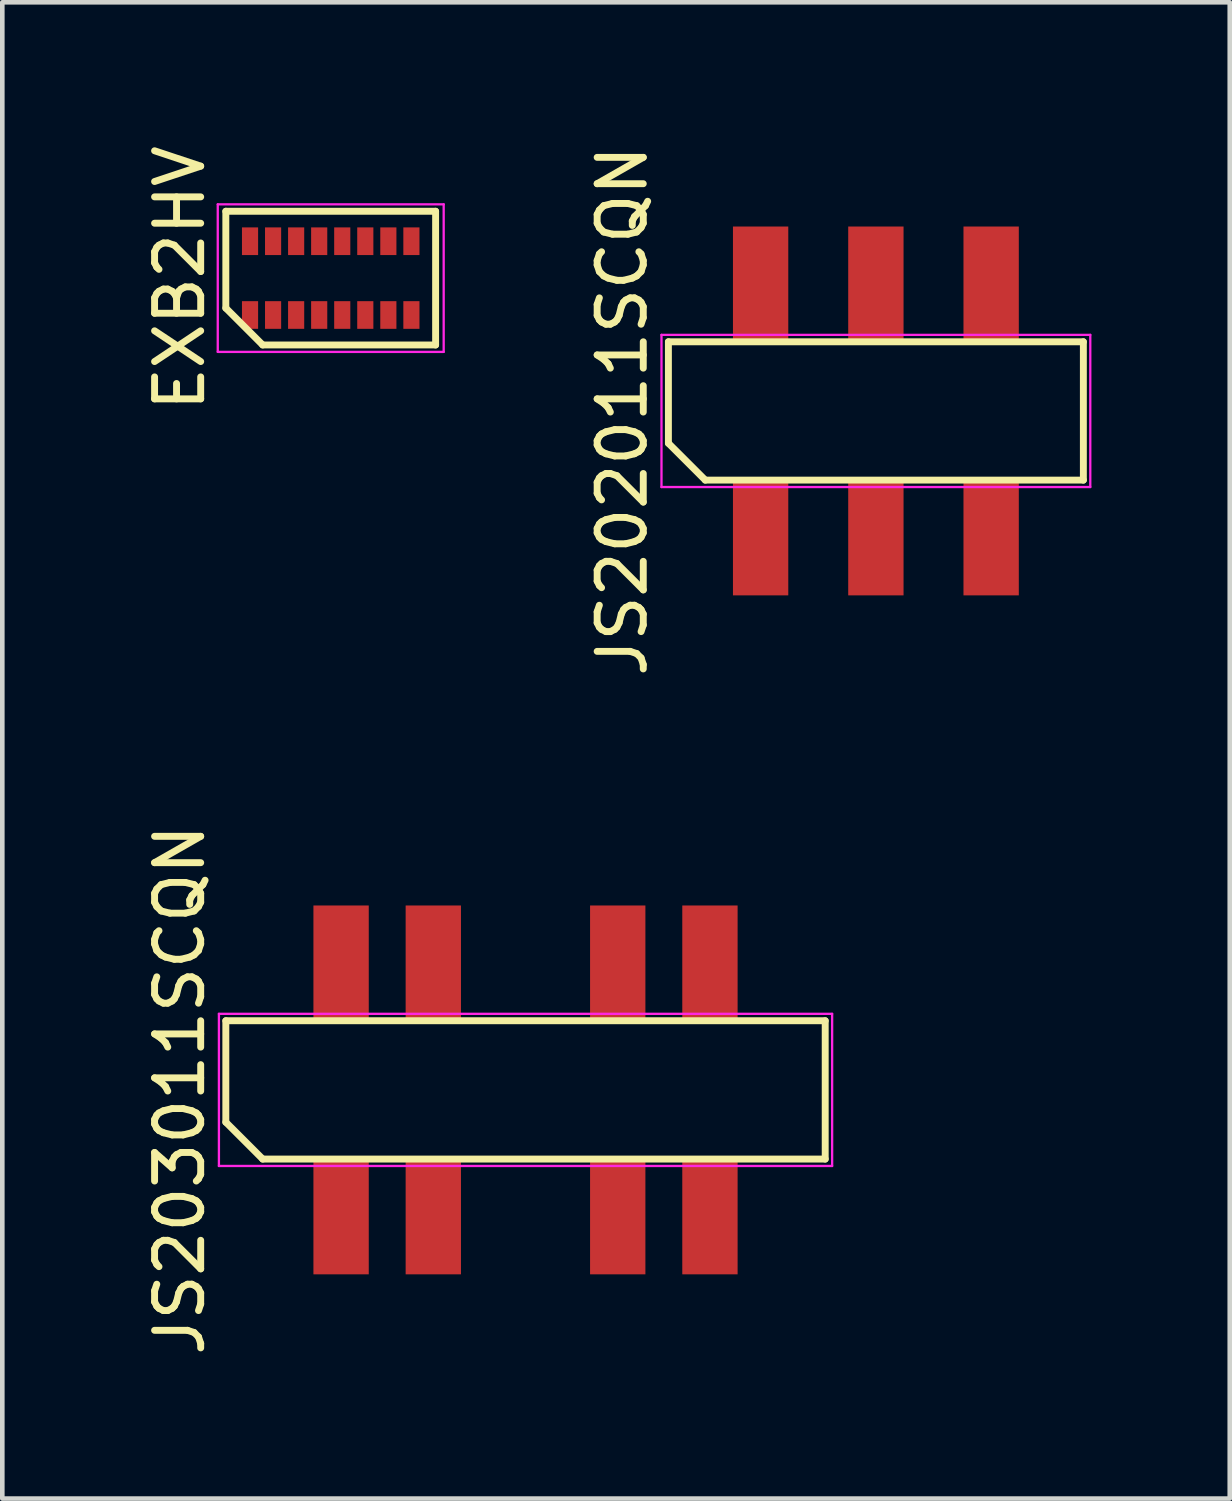
<source format=kicad_pcb>
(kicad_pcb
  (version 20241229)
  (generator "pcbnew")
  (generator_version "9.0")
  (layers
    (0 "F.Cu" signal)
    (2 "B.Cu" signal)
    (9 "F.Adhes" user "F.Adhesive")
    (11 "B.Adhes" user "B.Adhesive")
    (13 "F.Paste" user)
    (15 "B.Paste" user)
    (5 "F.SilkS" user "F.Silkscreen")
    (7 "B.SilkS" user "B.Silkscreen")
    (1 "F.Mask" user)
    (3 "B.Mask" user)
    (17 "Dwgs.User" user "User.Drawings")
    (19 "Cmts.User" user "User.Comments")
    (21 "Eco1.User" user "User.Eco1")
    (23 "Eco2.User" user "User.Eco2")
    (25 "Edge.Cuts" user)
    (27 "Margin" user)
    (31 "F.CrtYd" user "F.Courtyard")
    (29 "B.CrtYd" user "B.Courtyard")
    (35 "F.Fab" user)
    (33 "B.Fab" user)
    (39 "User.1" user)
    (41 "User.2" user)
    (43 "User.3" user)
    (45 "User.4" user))
  (footprint "EXB2HV"
    (layer "F.Cu")
    (at 4.123 2.982)
    (property "Reference" "EXB2HV" (at -3.275 0 90) (layer "F.SilkS") (effects (font (size 1 1) (thickness 0.15))))
    (attr smd)
    (fp_line (start -2.275 -1.45) (end 2.275 -1.45) (stroke (width 0.15) (type solid)) (layer "F.SilkS"))
    (fp_line (start -2.275 0.65) (end -2.275 -1.45) (stroke (width 0.15) (type solid)) (layer "F.SilkS"))
    (fp_line (start -1.475 1.45) (end -2.275 0.65) (stroke (width 0.15) (type solid)) (layer "F.SilkS"))
    (fp_line (start 2.275 -1.45) (end 2.275 1.45) (stroke (width 0.15) (type solid)) (layer "F.SilkS"))
    (fp_line (start 2.275 1.45) (end -1.475 1.45) (stroke (width 0.15) (type solid)) (layer "F.SilkS"))
    (fp_line (start -2.45 -1.6) (end 2.45 -1.6) (stroke (width 0.05) (type solid)) (layer "F.CrtYd"))
    (fp_line (start -2.45 1.6) (end -2.45 -1.6) (stroke (width 0.05) (type solid)) (layer "F.CrtYd"))
    (fp_line (start 2.45 -1.6) (end 2.45 1.6) (stroke (width 0.05) (type solid)) (layer "F.CrtYd"))
    (fp_line (start 2.45 1.6) (end -2.45 1.6) (stroke (width 0.05) (type solid)) (layer "F.CrtYd"))
    (pad "1" smd rect (at -1.75 0.8) (size 0.35 0.6) (layers "F.Cu" "F.Mask" "F.Paste"))
    (pad "2" smd rect (at -1.25 0.8) (size 0.35 0.6) (layers "F.Cu" "F.Mask" "F.Paste"))
    (pad "3" smd rect (at -0.75 0.8) (size 0.35 0.6) (layers "F.Cu" "F.Mask" "F.Paste"))
    (pad "4" smd rect (at -0.25 0.8) (size 0.35 0.6) (layers "F.Cu" "F.Mask" "F.Paste"))
    (pad "5" smd rect (at 0.25 0.8) (size 0.35 0.6) (layers "F.Cu" "F.Mask" "F.Paste"))
    (pad "6" smd rect (at 0.75 0.8) (size 0.35 0.6) (layers "F.Cu" "F.Mask" "F.Paste"))
    (pad "7" smd rect (at 1.25 0.8) (size 0.35 0.6) (layers "F.Cu" "F.Mask" "F.Paste"))
    (pad "8" smd rect (at 1.75 0.8) (size 0.35 0.6) (layers "F.Cu" "F.Mask" "F.Paste"))
    (pad "9" smd rect (at 1.75 -0.8) (size 0.35 0.6) (layers "F.Cu" "F.Mask" "F.Paste"))
    (pad "10" smd rect (at 1.25 -0.8) (size 0.35 0.6) (layers "F.Cu" "F.Mask" "F.Paste"))
    (pad "11" smd rect (at 0.75 -0.8) (size 0.35 0.6) (layers "F.Cu" "F.Mask" "F.Paste"))
    (pad "12" smd rect (at 0.25 -0.8) (size 0.35 0.6) (layers "F.Cu" "F.Mask" "F.Paste"))
    (pad "13" smd rect (at -0.25 -0.8) (size 0.35 0.6) (layers "F.Cu" "F.Mask" "F.Paste"))
    (pad "14" smd rect (at -0.75 -0.8) (size 0.35 0.6) (layers "F.Cu" "F.Mask" "F.Paste"))
    (pad "15" smd rect (at -1.25 -0.8) (size 0.35 0.6) (layers "F.Cu" "F.Mask" "F.Paste"))
    (pad "16" smd rect (at -1.75 -0.8) (size 0.35 0.6) (layers "F.Cu" "F.Mask" "F.Paste")))
  (footprint "JS203011SCQN"
    (layer "F.Cu")
    (at 8.348 20.589)
    (property "Reference" "JS203011SCQN" (at -7.5 0 90) (layer "F.SilkS") (effects (font (size 1 1) (thickness 0.15))))
    (attr smd)
    (fp_line (start -6.5 -1.5) (end 6.5 -1.5) (stroke (width 0.15) (type solid)) (layer "F.SilkS"))
    (fp_line (start -6.5 0.7) (end -6.5 -1.5) (stroke (width 0.15) (type solid)) (layer "F.SilkS"))
    (fp_line (start -5.7 1.5) (end -6.5 0.7) (stroke (width 0.15) (type solid)) (layer "F.SilkS"))
    (fp_line (start 6.5 -1.5) (end 6.5 1.5) (stroke (width 0.15) (type solid)) (layer "F.SilkS"))
    (fp_line (start 6.5 1.5) (end -5.7 1.5) (stroke (width 0.15) (type solid)) (layer "F.SilkS"))
    (fp_line (start -6.65 -1.65) (end 6.65 -1.65) (stroke (width 0.05) (type solid)) (layer "F.CrtYd"))
    (fp_line (start -6.65 1.65) (end -6.65 -1.65) (stroke (width 0.05) (type solid)) (layer "F.CrtYd"))
    (fp_line (start 6.65 -1.65) (end 6.65 1.65) (stroke (width 0.05) (type solid)) (layer "F.CrtYd"))
    (fp_line (start 6.65 1.65) (end -6.65 1.65) (stroke (width 0.05) (type solid)) (layer "F.CrtYd"))
    (pad "1" smd rect (at -4 2.75) (size 1.2 2.5) (layers "F.Cu" "F.Mask" "F.Paste"))
    (pad "2" smd rect (at -2 2.75) (size 1.2 2.5) (layers "F.Cu" "F.Mask" "F.Paste"))
    (pad "3" smd rect (at 2 2.75) (size 1.2 2.5) (layers "F.Cu" "F.Mask" "F.Paste"))
    (pad "4" smd rect (at 4 2.75) (size 1.2 2.5) (layers "F.Cu" "F.Mask" "F.Paste"))
    (pad "5" smd rect (at -4 -2.75) (size 1.2 2.5) (layers "F.Cu" "F.Mask" "F.Paste"))
    (pad "6" smd rect (at -2 -2.75) (size 1.2 2.5) (layers "F.Cu" "F.Mask" "F.Paste"))
    (pad "7" smd rect (at 2 -2.75) (size 1.2 2.5) (layers "F.Cu" "F.Mask" "F.Paste"))
    (pad "8" smd rect (at 4 -2.75) (size 1.2 2.5) (layers "F.Cu" "F.Mask" "F.Paste")))
  (footprint "JS202011SCQN"
    (layer "F.Cu")
    (at 15.947 5.863)
    (property "Reference" "JS202011SCQN" (at -5.5 0 90) (layer "F.SilkS") (effects (font (size 1 1) (thickness 0.15))))
    (attr smd)
    (fp_line (start -4.5 -1.5) (end 4.5 -1.5) (stroke (width 0.15) (type solid)) (layer "F.SilkS"))
    (fp_line (start -4.5 0.7) (end -4.5 -1.5) (stroke (width 0.15) (type solid)) (layer "F.SilkS"))
    (fp_line (start -3.7 1.5) (end -4.5 0.7) (stroke (width 0.15) (type solid)) (layer "F.SilkS"))
    (fp_line (start 4.5 -1.5) (end 4.5 1.5) (stroke (width 0.15) (type solid)) (layer "F.SilkS"))
    (fp_line (start 4.5 1.5) (end -3.7 1.5) (stroke (width 0.15) (type solid)) (layer "F.SilkS"))
    (fp_line (start -4.65 -1.65) (end 4.65 -1.65) (stroke (width 0.05) (type solid)) (layer "F.CrtYd"))
    (fp_line (start -4.65 1.65) (end -4.65 -1.65) (stroke (width 0.05) (type solid)) (layer "F.CrtYd"))
    (fp_line (start 4.65 -1.65) (end 4.65 1.65) (stroke (width 0.05) (type solid)) (layer "F.CrtYd"))
    (fp_line (start 4.65 1.65) (end -4.65 1.65) (stroke (width 0.05) (type solid)) (layer "F.CrtYd"))
    (pad "1" smd rect (at -2.5 2.75) (size 1.2 2.5) (layers "F.Cu" "F.Mask" "F.Paste"))
    (pad "2" smd rect (at 0 2.75) (size 1.2 2.5) (layers "F.Cu" "F.Mask" "F.Paste"))
    (pad "3" smd rect (at 2.5 2.75) (size 1.2 2.5) (layers "F.Cu" "F.Mask" "F.Paste"))
    (pad "4" smd rect (at -2.5 -2.75) (size 1.2 2.5) (layers "F.Cu" "F.Mask" "F.Paste"))
    (pad "5" smd rect (at 0 -2.75) (size 1.2 2.5) (layers "F.Cu" "F.Mask" "F.Paste"))
    (pad "6" smd rect (at 2.5 -2.75) (size 1.2 2.5) (layers "F.Cu" "F.Mask" "F.Paste")))
  (gr_rect
    (start -3 -3)
    (end 23.622 29.452)
    (stroke (width 0.1) (type default))
    (fill no)
    (layer "Edge.Cuts")))
</source>
